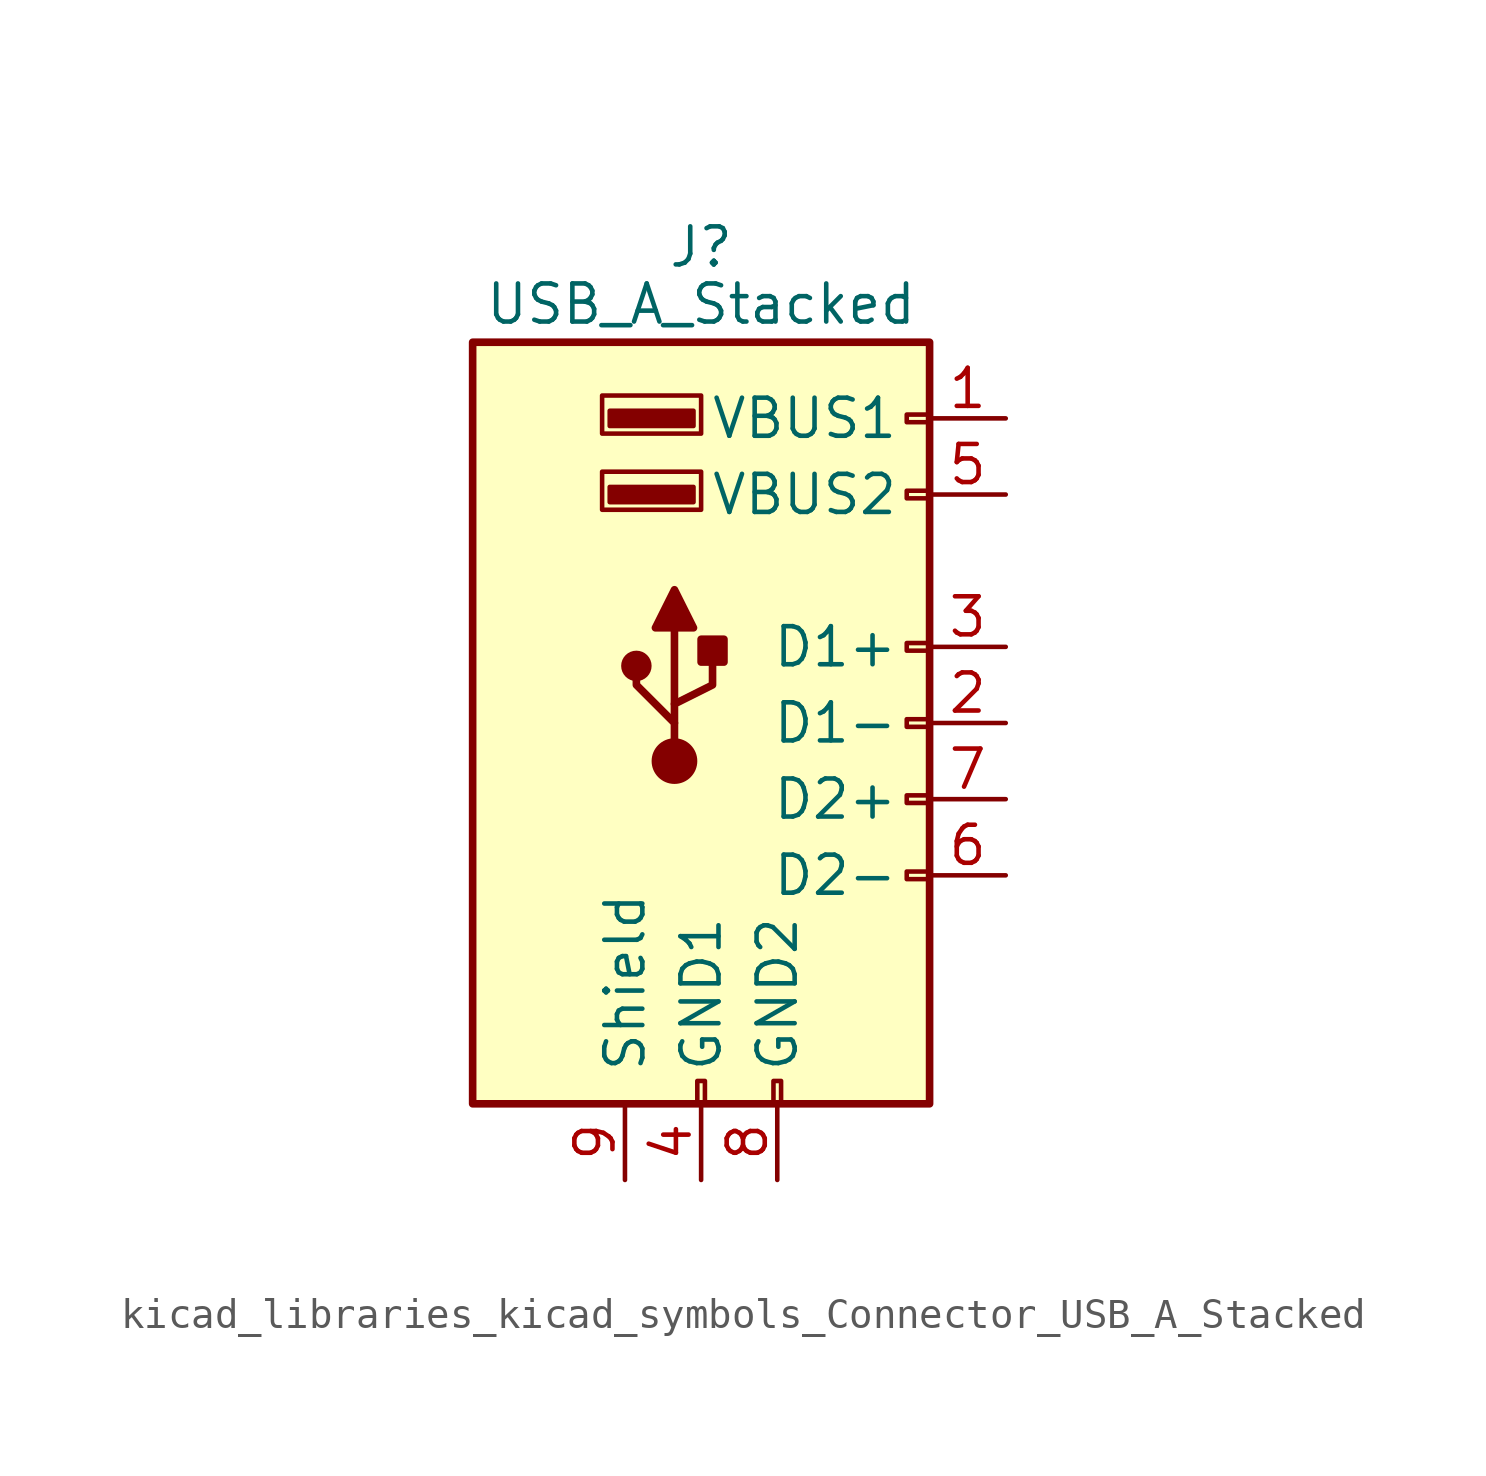
<source format=kicad_sym>
(kicad_symbol_lib
  (version 20220914)
  (generator kicad_symbol_editor)
  (symbol "kicad_libraries_kicad_symbols_Connector_USB_A_Stacked"
    (pin_names
      (offset 1.016))
    (property "Reference" "J"
      (at 0 15.875 0)
      (effects (font (size 1.27 1.27))))
    (property "Value" "USB_A_Stacked"
      (at 0 13.97 0)
      (effects (font (size 1.27 1.27))))
    (symbol "kicad_libraries_kicad_symbols_Connector_USB_A_Stacked_0_1"
      (rectangle (start -7.62 12.7) (end 7.62 -12.7) (stroke (width 0.254) (type default)) (fill (type background)))
      (circle (center -2.159 1.905) (radius 0.381) (stroke (width 0.254) (type default)) (fill (type outline)))
      (circle (center -0.889 -1.27) (radius 0.635) (stroke (width 0.254) (type default)) (fill (type outline)))
      (rectangle (start -0.254 7.366) (end -3.048 7.874) (stroke (width 0) (type default)) (fill (type outline)))
      (rectangle (start -0.254 9.906) (end -3.048 10.414) (stroke (width 0) (type default)) (fill (type outline)))
      (rectangle (start -0.127 -12.7) (end 0.127 -11.938) (stroke (width 0) (type default)) (fill (type none)))
      (polyline (pts (xy -1.524 3.175) (xy -0.254 3.175) (xy -0.889 4.445) (xy -1.524 3.175)) (stroke (width 0.254) (type default)) (fill (type outline)))
      (polyline (pts (xy -0.889 -0.635) (xy -0.889 0) (xy -2.159 1.27) (xy -2.159 1.905)) (stroke (width 0.254) (type default)) (fill (type none)))
      (polyline (pts (xy -0.889 0) (xy -0.889 0.635) (xy 0.381 1.27) (xy 0.381 2.54)) (stroke (width 0.254) (type default)) (fill (type none)))
      (rectangle (start 0 2.794) (end 0.762 2.032) (stroke (width 0.254) (type default)) (fill (type outline)))
      (rectangle (start 0 7.112) (end -3.302 8.382) (stroke (width 0) (type default)) (fill (type none)))
      (rectangle (start 0 9.652) (end -3.302 10.922) (stroke (width 0) (type default)) (fill (type none)))
      (rectangle (start 2.413 -12.7) (end 2.667 -11.938) (stroke (width 0) (type default)) (fill (type none)))
      (rectangle (start 7.62 -5.207) (end 6.858 -4.953) (stroke (width 0) (type default)) (fill (type none)))
      (rectangle (start 7.62 -2.667) (end 6.858 -2.413) (stroke (width 0) (type default)) (fill (type none)))
      (rectangle (start 7.62 -0.127) (end 6.858 0.127) (stroke (width 0) (type default)) (fill (type none)))
      (rectangle (start 7.62 2.413) (end 6.858 2.667) (stroke (width 0) (type default)) (fill (type none)))
      (rectangle (start 7.62 7.493) (end 6.858 7.747) (stroke (width 0) (type default)) (fill (type none)))
      (rectangle (start 7.62 10.033) (end 6.858 10.287) (stroke (width 0) (type default)) (fill (type none))))
    (symbol "kicad_libraries_kicad_symbols_Connector_USB_A_Stacked_1_1"
      (polyline (pts (xy -0.889 0.635) (xy -0.889 3.175)) (stroke (width 0.254) (type default)) (fill (type none)))
      (pin power_in line (at 10.16 10.16 180) (length 2.54) (name "VBUS1" (effects (font (size 1.27 1.27)))) (number "1" (effects (font (size 1.27 1.27)))))
      (pin bidirectional line (at 10.16 0 180) (length 2.54) (name "D1-" (effects (font (size 1.27 1.27)))) (number "2" (effects (font (size 1.27 1.27)))))
      (pin bidirectional line (at 10.16 2.54 180) (length 2.54) (name "D1+" (effects (font (size 1.27 1.27)))) (number "3" (effects (font (size 1.27 1.27)))))
      (pin power_in line (at 0 -15.24 90) (length 2.54) (name "GND1" (effects (font (size 1.27 1.27)))) (number "4" (effects (font (size 1.27 1.27)))))
      (pin power_in line (at 10.16 7.62 180) (length 2.54) (name "VBUS2" (effects (font (size 1.27 1.27)))) (number "5" (effects (font (size 1.27 1.27)))))
      (pin bidirectional line (at 10.16 -5.08 180) (length 2.54) (name "D2-" (effects (font (size 1.27 1.27)))) (number "6" (effects (font (size 1.27 1.27)))))
      (pin bidirectional line (at 10.16 -2.54 180) (length 2.54) (name "D2+" (effects (font (size 1.27 1.27)))) (number "7" (effects (font (size 1.27 1.27)))))
      (pin power_in line (at 2.54 -15.24 90) (length 2.54) (name "GND2" (effects (font (size 1.27 1.27)))) (number "8" (effects (font (size 1.27 1.27)))))
      (pin passive line (at -2.54 -15.24 90) (length 2.54) (name "Shield" (effects (font (size 1.27 1.27)))) (number "9" (effects (font (size 1.27 1.27))))))))
</source>
